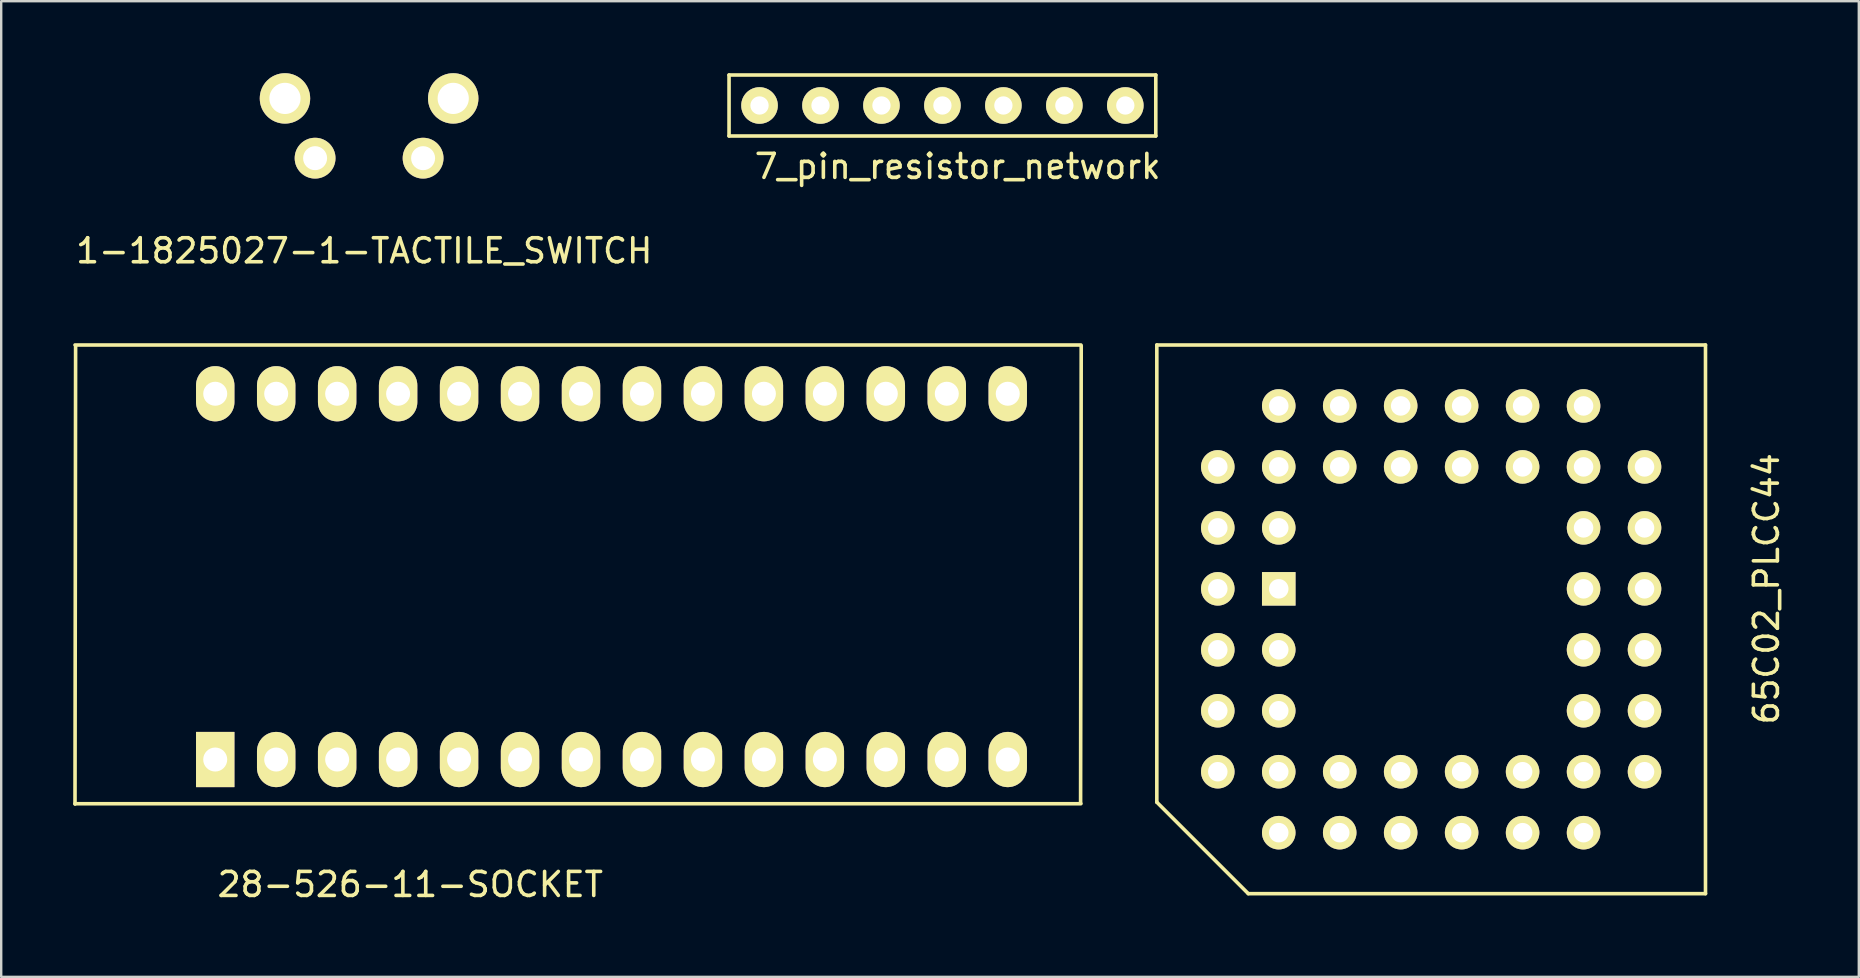
<source format=kicad_pcb>
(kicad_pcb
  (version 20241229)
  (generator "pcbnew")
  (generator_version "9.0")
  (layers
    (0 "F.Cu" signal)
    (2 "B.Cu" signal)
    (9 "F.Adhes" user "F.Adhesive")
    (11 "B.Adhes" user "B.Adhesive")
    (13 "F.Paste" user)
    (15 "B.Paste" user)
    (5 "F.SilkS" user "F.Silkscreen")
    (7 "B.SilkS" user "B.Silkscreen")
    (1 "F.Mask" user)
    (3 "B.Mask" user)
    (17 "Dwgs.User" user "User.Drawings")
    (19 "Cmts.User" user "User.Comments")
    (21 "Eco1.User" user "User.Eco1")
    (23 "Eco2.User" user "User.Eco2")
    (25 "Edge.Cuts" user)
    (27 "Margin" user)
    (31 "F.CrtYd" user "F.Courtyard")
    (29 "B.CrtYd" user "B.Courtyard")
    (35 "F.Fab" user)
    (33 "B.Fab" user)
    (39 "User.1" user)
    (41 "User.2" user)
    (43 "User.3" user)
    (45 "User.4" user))
  (footprint "7_pin_resistor_network"
    (layer "F.Cu")
    (at 28.595 1.345)
    (property "Reference" "7_pin_resistor_network" (at 8.255 2.54 0) (layer "F.SilkS") (effects (font (size 1 1) (thickness 0.15))))
    (attr through_hole)
    (fp_line (start -1.27 -1.27) (end 16.51 -1.27) (stroke (width 0.15) (type solid)) (layer "F.SilkS"))
    (fp_line (start -1.27 1.27) (end -1.27 -1.27) (stroke (width 0.15) (type solid)) (layer "F.SilkS"))
    (fp_line (start 16.51 -1.27) (end 16.51 1.27) (stroke (width 0.15) (type solid)) (layer "F.SilkS"))
    (fp_line (start 16.51 1.27) (end -1.27 1.27) (stroke (width 0.15) (type solid)) (layer "F.SilkS"))
    (pad "1" thru_hole circle (at 0 0) (size 1.524 1.524) (drill 0.762) (layers "*.Cu" "*.Mask" "F.SilkS"))
    (pad "2" thru_hole circle (at 2.54 0) (size 1.524 1.524) (drill 0.762) (layers "*.Cu" "*.Mask" "F.SilkS"))
    (pad "3" thru_hole circle (at 5.08 0) (size 1.524 1.524) (drill 0.762) (layers "*.Cu" "*.Mask" "F.SilkS"))
    (pad "4" thru_hole circle (at 7.62 0) (size 1.524 1.524) (drill 0.762) (layers "*.Cu" "*.Mask" "F.SilkS"))
    (pad "5" thru_hole circle (at 10.16 0) (size 1.524 1.524) (drill 0.762) (layers "*.Cu" "*.Mask" "F.SilkS"))
    (pad "6" thru_hole circle (at 12.7 0) (size 1.524 1.524) (drill 0.762) (layers "*.Cu" "*.Mask" "F.SilkS"))
    (pad "7" thru_hole circle (at 15.24 0) (size 1.524 1.524) (drill 0.762) (layers "*.Cu" "*.Mask" "F.SilkS")))
  (footprint "28-526-11-SOCKET"
    (layer "F.Cu")
    (at 5.917 28.595)
    (property "Reference" "28-526-11-SOCKET" (at 8.128 5.207 0) (layer "F.SilkS") (effects (font (size 1 1) (thickness 0.15))))
    (attr through_hole)
    (fp_line (start -5.842 -17.272) (end 36.068 -17.272) (stroke (width 0.15) (type solid)) (layer "F.SilkS"))
    (fp_line (start -5.842 1.841) (end 36.068 1.841) (stroke (width 0.15) (type solid)) (layer "F.SilkS"))
    (fp_line (start -5.817 -17.196) (end -5.842 1.854) (stroke (width 0.15) (type solid)) (layer "F.SilkS"))
    (fp_line (start 36.081 -17.234) (end 36.055 1.816) (stroke (width 0.15) (type solid)) (layer "F.SilkS"))
    (pad "1" thru_hole rect (at 0 0) (size 1.6 2.3) (drill 1) (layers "*.Cu" "*.Mask" "F.SilkS"))
    (pad "2" thru_hole oval (at 2.54 0) (size 1.6 2.3) (drill 1) (layers "*.Cu" "*.Mask" "F.SilkS"))
    (pad "3" thru_hole oval (at 5.08 0) (size 1.6 2.3) (drill 1) (layers "*.Cu" "*.Mask" "F.SilkS"))
    (pad "4" thru_hole oval (at 7.62 0) (size 1.6 2.3) (drill 1) (layers "*.Cu" "*.Mask" "F.SilkS"))
    (pad "5" thru_hole oval (at 10.16 0) (size 1.6 2.3) (drill 1) (layers "*.Cu" "*.Mask" "F.SilkS"))
    (pad "6" thru_hole oval (at 12.7 0) (size 1.6 2.3) (drill 1) (layers "*.Cu" "*.Mask" "F.SilkS"))
    (pad "7" thru_hole oval (at 15.24 0) (size 1.6 2.3) (drill 1) (layers "*.Cu" "*.Mask" "F.SilkS"))
    (pad "8" thru_hole oval (at 17.78 0) (size 1.6 2.3) (drill 1) (layers "*.Cu" "*.Mask" "F.SilkS"))
    (pad "9" thru_hole oval (at 20.32 0) (size 1.6 2.3) (drill 1) (layers "*.Cu" "*.Mask" "F.SilkS"))
    (pad "10" thru_hole oval (at 22.86 0) (size 1.6 2.3) (drill 1) (layers "*.Cu" "*.Mask" "F.SilkS"))
    (pad "11" thru_hole oval (at 25.4 0) (size 1.6 2.3) (drill 1) (layers "*.Cu" "*.Mask" "F.SilkS"))
    (pad "12" thru_hole oval (at 27.94 0) (size 1.6 2.3) (drill 1) (layers "*.Cu" "*.Mask" "F.SilkS"))
    (pad "13" thru_hole oval (at 30.48 0) (size 1.6 2.3) (drill 1) (layers "*.Cu" "*.Mask" "F.SilkS"))
    (pad "14" thru_hole oval (at 33.02 0) (size 1.6 2.3) (drill 1) (layers "*.Cu" "*.Mask" "F.SilkS"))
    (pad "15" thru_hole oval (at 33.02 -15.24) (size 1.6 2.3) (drill 1) (layers "*.Cu" "*.Mask" "F.SilkS"))
    (pad "16" thru_hole oval (at 30.48 -15.24) (size 1.6 2.3) (drill 1) (layers "*.Cu" "*.Mask" "F.SilkS"))
    (pad "17" thru_hole oval (at 27.94 -15.24) (size 1.6 2.3) (drill 1) (layers "*.Cu" "*.Mask" "F.SilkS"))
    (pad "18" thru_hole oval (at 25.4 -15.24) (size 1.6 2.3) (drill 1) (layers "*.Cu" "*.Mask" "F.SilkS"))
    (pad "19" thru_hole oval (at 22.86 -15.24) (size 1.6 2.3) (drill 1) (layers "*.Cu" "*.Mask" "F.SilkS"))
    (pad "20" thru_hole oval (at 20.32 -15.24) (size 1.6 2.3) (drill 1) (layers "*.Cu" "*.Mask" "F.SilkS"))
    (pad "21" thru_hole oval (at 17.78 -15.24) (size 1.6 2.3) (drill 1) (layers "*.Cu" "*.Mask" "F.SilkS"))
    (pad "22" thru_hole oval (at 15.24 -15.24) (size 1.6 2.3) (drill 1) (layers "*.Cu" "*.Mask" "F.SilkS"))
    (pad "23" thru_hole oval (at 12.7 -15.24) (size 1.6 2.3) (drill 1) (layers "*.Cu" "*.Mask" "F.SilkS"))
    (pad "24" thru_hole oval (at 10.16 -15.24) (size 1.6 2.3) (drill 1) (layers "*.Cu" "*.Mask" "F.SilkS"))
    (pad "25" thru_hole oval (at 7.62 -15.24) (size 1.6 2.3) (drill 1) (layers "*.Cu" "*.Mask" "F.SilkS"))
    (pad "26" thru_hole oval (at 5.08 -15.24) (size 1.6 2.3) (drill 1) (layers "*.Cu" "*.Mask" "F.SilkS"))
    (pad "27" thru_hole oval (at 2.54 -15.24) (size 1.6 2.3) (drill 1) (layers "*.Cu" "*.Mask" "F.SilkS"))
    (pad "28" thru_hole oval (at 0 -15.24) (size 1.6 2.3) (drill 1) (layers "*.Cu" "*.Mask" "F.SilkS")))
  (footprint "65C02_PLCC44"
    (layer "F.Cu")
    (at 56.578 22.753)
    (property "Reference" "65C02_PLCC44" (at 13.97 -1.27 90) (layer "F.SilkS") (effects (font (size 1 1) (thickness 0.15))))
    (attr through_hole)
    (fp_line (start -11.43 -11.43) (end -11.43 7.62) (stroke (width 0.15) (type solid)) (layer "F.SilkS"))
    (fp_line (start -11.43 7.62) (end -7.62 11.43) (stroke (width 0.15) (type solid)) (layer "F.SilkS"))
    (fp_line (start -7.62 11.43) (end 11.43 11.43) (stroke (width 0.15) (type solid)) (layer "F.SilkS"))
    (fp_line (start 11.43 -11.43) (end -11.43 -11.43) (stroke (width 0.15) (type solid)) (layer "F.SilkS"))
    (fp_line (start 11.43 11.43) (end 11.43 -11.43) (stroke (width 0.15) (type solid)) (layer "F.SilkS"))
    (pad "1" thru_hole rect (at -6.35 -1.27) (size 1.397 1.397) (drill 0.813) (layers "*.Cu" "*.Mask" "F.SilkS"))
    (pad "2" thru_hole circle (at -8.89 1.27) (size 1.397 1.397) (drill 0.813) (layers "*.Cu" "*.Mask" "F.SilkS"))
    (pad "3" thru_hole circle (at -6.35 1.27) (size 1.397 1.397) (drill 0.813) (layers "*.Cu" "*.Mask" "F.SilkS"))
    (pad "4" thru_hole circle (at -8.89 3.81) (size 1.397 1.397) (drill 0.813) (layers "*.Cu" "*.Mask" "F.SilkS"))
    (pad "5" thru_hole circle (at -6.35 3.81) (size 1.397 1.397) (drill 0.813) (layers "*.Cu" "*.Mask" "F.SilkS"))
    (pad "6" thru_hole circle (at -8.89 6.35) (size 1.397 1.397) (drill 0.813) (layers "*.Cu" "*.Mask" "F.SilkS"))
    (pad "7" thru_hole circle (at -6.35 8.89) (size 1.397 1.397) (drill 0.813) (layers "*.Cu" "*.Mask" "F.SilkS"))
    (pad "8" thru_hole circle (at -6.35 6.35) (size 1.397 1.397) (drill 0.813) (layers "*.Cu" "*.Mask" "F.SilkS"))
    (pad "9" thru_hole circle (at -3.81 8.89) (size 1.397 1.397) (drill 0.813) (layers "*.Cu" "*.Mask" "F.SilkS"))
    (pad "10" thru_hole circle (at -3.81 6.35) (size 1.397 1.397) (drill 0.813) (layers "*.Cu" "*.Mask" "F.SilkS"))
    (pad "11" thru_hole circle (at -1.27 8.89) (size 1.397 1.397) (drill 0.813) (layers "*.Cu" "*.Mask" "F.SilkS"))
    (pad "12" thru_hole circle (at -1.27 6.35) (size 1.397 1.397) (drill 0.813) (layers "*.Cu" "*.Mask" "F.SilkS"))
    (pad "13" thru_hole circle (at 1.27 8.89) (size 1.397 1.397) (drill 0.813) (layers "*.Cu" "*.Mask" "F.SilkS"))
    (pad "14" thru_hole circle (at 1.27 6.35) (size 1.397 1.397) (drill 0.813) (layers "*.Cu" "*.Mask" "F.SilkS"))
    (pad "15" thru_hole circle (at 3.81 8.89) (size 1.397 1.397) (drill 0.813) (layers "*.Cu" "*.Mask" "F.SilkS"))
    (pad "16" thru_hole circle (at 3.81 6.35) (size 1.397 1.397) (drill 0.813) (layers "*.Cu" "*.Mask" "F.SilkS"))
    (pad "17" thru_hole circle (at 6.35 8.89) (size 1.397 1.397) (drill 0.813) (layers "*.Cu" "*.Mask" "F.SilkS"))
    (pad "18" thru_hole circle (at 8.89 6.35) (size 1.397 1.397) (drill 0.813) (layers "*.Cu" "*.Mask" "F.SilkS"))
    (pad "19" thru_hole circle (at 6.35 6.35) (size 1.397 1.397) (drill 0.813) (layers "*.Cu" "*.Mask" "F.SilkS"))
    (pad "20" thru_hole circle (at 8.89 3.81) (size 1.397 1.397) (drill 0.813) (layers "*.Cu" "*.Mask" "F.SilkS"))
    (pad "21" thru_hole circle (at 6.35 3.81) (size 1.397 1.397) (drill 0.813) (layers "*.Cu" "*.Mask" "F.SilkS"))
    (pad "22" thru_hole circle (at 8.89 1.27) (size 1.397 1.397) (drill 0.813) (layers "*.Cu" "*.Mask" "F.SilkS"))
    (pad "23" thru_hole circle (at 6.35 1.27) (size 1.397 1.397) (drill 0.813) (layers "*.Cu" "*.Mask" "F.SilkS"))
    (pad "24" thru_hole circle (at 8.89 -1.27) (size 1.397 1.397) (drill 0.813) (layers "*.Cu" "*.Mask" "F.SilkS"))
    (pad "25" thru_hole circle (at 6.35 -1.27) (size 1.397 1.397) (drill 0.813) (layers "*.Cu" "*.Mask" "F.SilkS"))
    (pad "26" thru_hole circle (at 8.89 -3.81) (size 1.397 1.397) (drill 0.813) (layers "*.Cu" "*.Mask" "F.SilkS"))
    (pad "27" thru_hole circle (at 6.35 -3.81) (size 1.397 1.397) (drill 0.813) (layers "*.Cu" "*.Mask" "F.SilkS"))
    (pad "28" thru_hole circle (at 8.89 -6.35) (size 1.397 1.397) (drill 0.813) (layers "*.Cu" "*.Mask" "F.SilkS"))
    (pad "29" thru_hole circle (at 6.35 -8.89) (size 1.397 1.397) (drill 0.813) (layers "*.Cu" "*.Mask" "F.SilkS"))
    (pad "30" thru_hole circle (at 6.35 -6.35) (size 1.397 1.397) (drill 0.813) (layers "*.Cu" "*.Mask" "F.SilkS"))
    (pad "31" thru_hole circle (at 3.81 -8.89) (size 1.397 1.397) (drill 0.813) (layers "*.Cu" "*.Mask" "F.SilkS"))
    (pad "32" thru_hole circle (at 3.81 -6.35) (size 1.397 1.397) (drill 0.813) (layers "*.Cu" "*.Mask" "F.SilkS"))
    (pad "33" thru_hole circle (at 1.27 -8.89) (size 1.397 1.397) (drill 0.813) (layers "*.Cu" "*.Mask" "F.SilkS"))
    (pad "34" thru_hole circle (at 1.27 -6.35) (size 1.397 1.397) (drill 0.813) (layers "*.Cu" "*.Mask" "F.SilkS"))
    (pad "35" thru_hole circle (at -1.27 -8.89) (size 1.397 1.397) (drill 0.813) (layers "*.Cu" "*.Mask" "F.SilkS"))
    (pad "36" thru_hole circle (at -1.27 -6.35) (size 1.397 1.397) (drill 0.813) (layers "*.Cu" "*.Mask" "F.SilkS"))
    (pad "37" thru_hole circle (at -3.81 -8.89) (size 1.397 1.397) (drill 0.813) (layers "*.Cu" "*.Mask" "F.SilkS"))
    (pad "38" thru_hole circle (at -3.81 -6.35) (size 1.397 1.397) (drill 0.813) (layers "*.Cu" "*.Mask" "F.SilkS"))
    (pad "39" thru_hole circle (at -6.35 -8.89) (size 1.397 1.397) (drill 0.813) (layers "*.Cu" "*.Mask" "F.SilkS"))
    (pad "40" thru_hole circle (at -8.89 -6.35) (size 1.397 1.397) (drill 0.813) (layers "*.Cu" "*.Mask" "F.SilkS"))
    (pad "41" thru_hole circle (at -6.35 -6.35) (size 1.397 1.397) (drill 0.813) (layers "*.Cu" "*.Mask" "F.SilkS"))
    (pad "42" thru_hole circle (at -8.89 -3.81) (size 1.397 1.397) (drill 0.813) (layers "*.Cu" "*.Mask" "F.SilkS"))
    (pad "43" thru_hole circle (at -6.35 -3.81) (size 1.397 1.397) (drill 0.813) (layers "*.Cu" "*.Mask" "F.SilkS"))
    (pad "44" thru_hole circle (at -8.89 -1.27) (size 1.397 1.397) (drill 0.813) (layers "*.Cu" "*.Mask" "F.SilkS")))
  (footprint "1-1825027-1-TACTILE_SWITCH"
    (layer "F.Cu")
    (at 8.823 1.05)
    (property "Reference" "1-1825027-1-TACTILE_SWITCH" (at 3.302 6.35 0) (layer "F.SilkS") (effects (font (size 1 1) (thickness 0.15))))
    (attr through_hole)
    (pad "1" thru_hole circle (at 1.255 2.49) (size 1.7 1.7) (drill 1) (layers "*.Cu" "*.Mask" "F.SilkS"))
    (pad "2" thru_hole circle (at 0 0) (size 2.1 2.1) (drill 1.3) (layers "*.Cu" "*.Mask" "F.SilkS"))
    (pad "3" thru_hole circle (at 7.01 0) (size 2.1 2.1) (drill 1.3) (layers "*.Cu" "*.Mask" "F.SilkS"))
    (pad "4" thru_hole circle (at 5.755 2.49) (size 1.7 1.7) (drill 1) (layers "*.Cu" "*.Mask" "F.SilkS")))
  (gr_rect
    (start -3 -3)
    (end 74.396 37.651)
    (stroke (width 0.1) (type default))
    (fill no)
    (layer "Edge.Cuts")))
</source>
